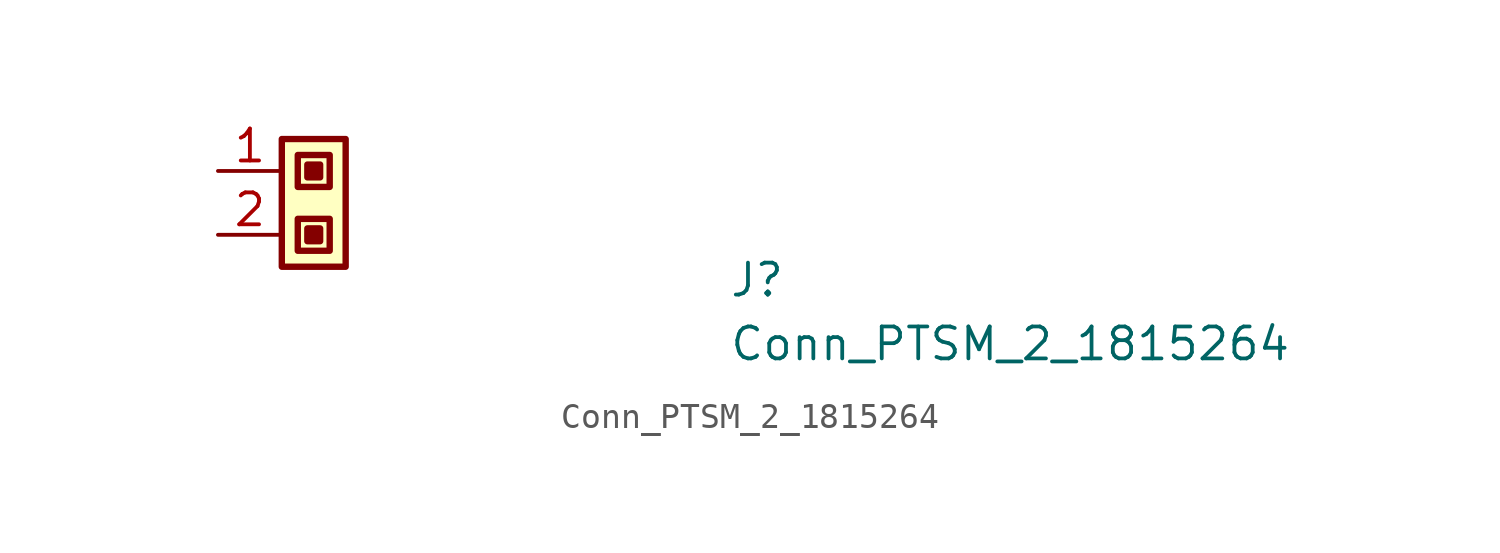
<source format=kicad_sym>
(kicad_symbol_lib
  (version 20211014)
  (generator kicad_symbol_editor)
  (symbol "Conn_PTSM_2_1815264"
    (property "Reference" "J"
      (at 20.32 -5.08 0)
      (effects (font (size 1.27 1.27) (thickness 0.15)) (justify left bottom)))
    (property "Value" "Conn_PTSM_2_1815264"
      (at 20.32 -7.62 0)
      (effects (font (size 1.27 1.27) (thickness 0.15)) (justify left bottom)))
    (symbol "Conn_PTSM_2_1815264_1_1"
      (rectangle (start 2.54 1.27) (end 5.08 -3.81) (stroke (width 0.254) (type default) (color 0 0 0 0)) (fill (type background)))
      (rectangle (start 3.175 -1.905) (end 4.445 -3.175) (stroke (width 0.254) (type default) (color 0 0 0 0)) (fill (type background)))
      (rectangle (start 3.175 0.635) (end 4.445 -0.635) (stroke (width 0.254) (type default) (color 0 0 0 0)) (fill (type background)))
      (rectangle (start 3.556 -2.286) (end 4.064 -2.794) (stroke (width 0.254) (type default) (color 0 0 0 0)) (fill (type outline)))
      (rectangle (start 3.556 0.254) (end 4.064 -0.254) (stroke (width 0.254) (type default) (color 0 0 0 0)) (fill (type outline)))
      (pin input line (at 0 0 0) (length 2.54) (name "~" (effects (font (size 1.27 1.27)))) (number "1" (effects (font (size 1.27 1.27)))))
      (pin input line (at 0 -2.54 0) (length 2.54) (name "~" (effects (font (size 1.27 1.27)))) (number "2" (effects (font (size 1.27 1.27))))))))
</source>
